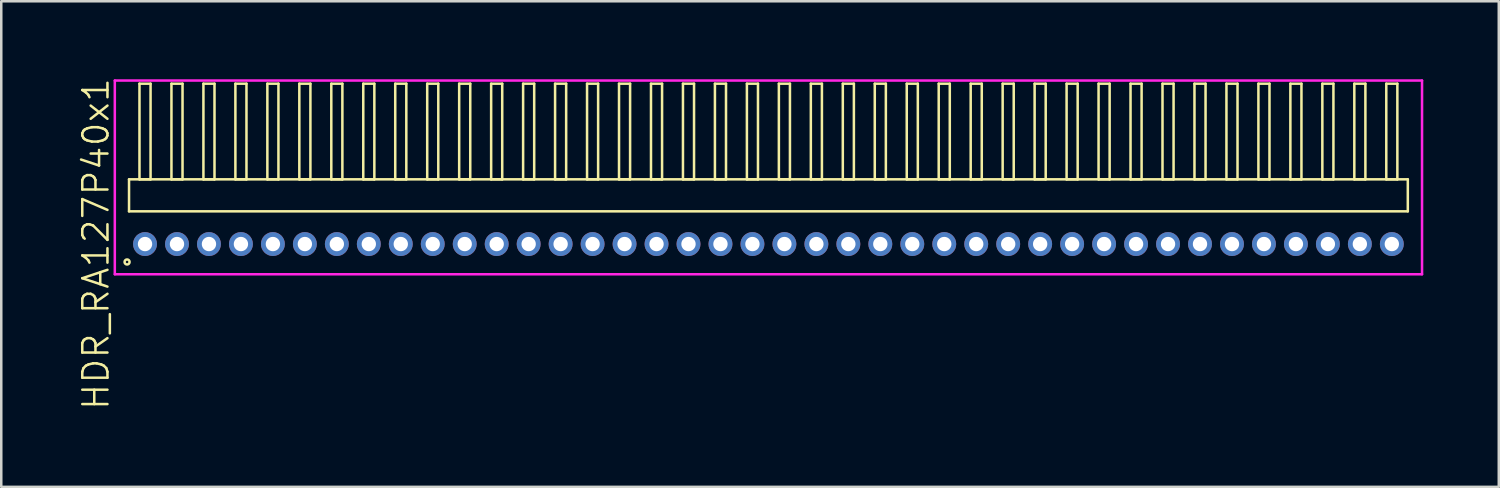
<source format=kicad_pcb>
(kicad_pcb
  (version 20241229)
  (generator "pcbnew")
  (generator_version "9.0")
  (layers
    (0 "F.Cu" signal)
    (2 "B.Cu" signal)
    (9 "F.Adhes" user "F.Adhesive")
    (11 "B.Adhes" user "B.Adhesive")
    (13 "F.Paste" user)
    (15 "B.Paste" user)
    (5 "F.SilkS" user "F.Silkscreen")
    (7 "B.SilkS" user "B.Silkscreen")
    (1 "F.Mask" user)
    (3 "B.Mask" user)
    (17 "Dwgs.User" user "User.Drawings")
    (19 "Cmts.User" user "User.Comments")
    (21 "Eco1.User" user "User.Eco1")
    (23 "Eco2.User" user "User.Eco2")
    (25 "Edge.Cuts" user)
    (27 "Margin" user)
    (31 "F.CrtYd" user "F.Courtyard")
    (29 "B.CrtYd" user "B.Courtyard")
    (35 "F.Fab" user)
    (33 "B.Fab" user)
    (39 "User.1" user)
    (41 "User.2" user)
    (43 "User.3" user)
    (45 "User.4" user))
  (footprint "HDR_RA127P40x1"
    (layer "F.Cu")
    (at 27.476 6.645)
    (property "Reference" "HDR_RA127P40x1" (at -26.715 0 90) (layer "F.SilkS") (effects (font (size 1 1) (thickness 0.1))))
    (attr through_hole)
    (fp_line (start -25.4 -2.57) (end -25.4 -1.3) (stroke (width 0.1) (type solid)) (layer "F.SilkS"))
    (fp_line (start -25.4 -1.3) (end 25.4 -1.3) (stroke (width 0.1) (type solid)) (layer "F.SilkS"))
    (fp_line (start -24.985 -6.37) (end -24.985 -2.57) (stroke (width 0.1) (type solid)) (layer "F.SilkS"))
    (fp_line (start -24.985 -2.57) (end -24.545 -2.57) (stroke (width 0.1) (type solid)) (layer "F.SilkS"))
    (fp_line (start -24.545 -6.37) (end -24.985 -6.37) (stroke (width 0.1) (type solid)) (layer "F.SilkS"))
    (fp_line (start -24.545 -2.57) (end -24.545 -6.37) (stroke (width 0.1) (type solid)) (layer "F.SilkS"))
    (fp_line (start -23.715 -6.37) (end -23.715 -2.57) (stroke (width 0.1) (type solid)) (layer "F.SilkS"))
    (fp_line (start -23.715 -2.57) (end -23.275 -2.57) (stroke (width 0.1) (type solid)) (layer "F.SilkS"))
    (fp_line (start -23.275 -6.37) (end -23.715 -6.37) (stroke (width 0.1) (type solid)) (layer "F.SilkS"))
    (fp_line (start -23.275 -2.57) (end -23.275 -6.37) (stroke (width 0.1) (type solid)) (layer "F.SilkS"))
    (fp_line (start -22.445 -6.37) (end -22.445 -2.57) (stroke (width 0.1) (type solid)) (layer "F.SilkS"))
    (fp_line (start -22.445 -2.57) (end -22.005 -2.57) (stroke (width 0.1) (type solid)) (layer "F.SilkS"))
    (fp_line (start -22.005 -6.37) (end -22.445 -6.37) (stroke (width 0.1) (type solid)) (layer "F.SilkS"))
    (fp_line (start -22.005 -2.57) (end -22.005 -6.37) (stroke (width 0.1) (type solid)) (layer "F.SilkS"))
    (fp_line (start -21.175 -6.37) (end -21.175 -2.57) (stroke (width 0.1) (type solid)) (layer "F.SilkS"))
    (fp_line (start -21.175 -2.57) (end -20.735 -2.57) (stroke (width 0.1) (type solid)) (layer "F.SilkS"))
    (fp_line (start -20.735 -6.37) (end -21.175 -6.37) (stroke (width 0.1) (type solid)) (layer "F.SilkS"))
    (fp_line (start -20.735 -2.57) (end -20.735 -6.37) (stroke (width 0.1) (type solid)) (layer "F.SilkS"))
    (fp_line (start -19.905 -6.37) (end -19.905 -2.57) (stroke (width 0.1) (type solid)) (layer "F.SilkS"))
    (fp_line (start -19.905 -2.57) (end -19.465 -2.57) (stroke (width 0.1) (type solid)) (layer "F.SilkS"))
    (fp_line (start -19.465 -6.37) (end -19.905 -6.37) (stroke (width 0.1) (type solid)) (layer "F.SilkS"))
    (fp_line (start -19.465 -2.57) (end -19.465 -6.37) (stroke (width 0.1) (type solid)) (layer "F.SilkS"))
    (fp_line (start -18.635 -6.37) (end -18.635 -2.57) (stroke (width 0.1) (type solid)) (layer "F.SilkS"))
    (fp_line (start -18.635 -2.57) (end -18.195 -2.57) (stroke (width 0.1) (type solid)) (layer "F.SilkS"))
    (fp_line (start -18.195 -6.37) (end -18.635 -6.37) (stroke (width 0.1) (type solid)) (layer "F.SilkS"))
    (fp_line (start -18.195 -2.57) (end -18.195 -6.37) (stroke (width 0.1) (type solid)) (layer "F.SilkS"))
    (fp_line (start -17.365 -6.37) (end -17.365 -2.57) (stroke (width 0.1) (type solid)) (layer "F.SilkS"))
    (fp_line (start -17.365 -2.57) (end -16.925 -2.57) (stroke (width 0.1) (type solid)) (layer "F.SilkS"))
    (fp_line (start -16.925 -6.37) (end -17.365 -6.37) (stroke (width 0.1) (type solid)) (layer "F.SilkS"))
    (fp_line (start -16.925 -2.57) (end -16.925 -6.37) (stroke (width 0.1) (type solid)) (layer "F.SilkS"))
    (fp_line (start -16.095 -6.37) (end -16.095 -2.57) (stroke (width 0.1) (type solid)) (layer "F.SilkS"))
    (fp_line (start -16.095 -2.57) (end -15.655 -2.57) (stroke (width 0.1) (type solid)) (layer "F.SilkS"))
    (fp_line (start -15.655 -6.37) (end -16.095 -6.37) (stroke (width 0.1) (type solid)) (layer "F.SilkS"))
    (fp_line (start -15.655 -2.57) (end -15.655 -6.37) (stroke (width 0.1) (type solid)) (layer "F.SilkS"))
    (fp_line (start -14.825 -6.37) (end -14.825 -2.57) (stroke (width 0.1) (type solid)) (layer "F.SilkS"))
    (fp_line (start -14.825 -2.57) (end -14.385 -2.57) (stroke (width 0.1) (type solid)) (layer "F.SilkS"))
    (fp_line (start -14.385 -6.37) (end -14.825 -6.37) (stroke (width 0.1) (type solid)) (layer "F.SilkS"))
    (fp_line (start -14.385 -2.57) (end -14.385 -6.37) (stroke (width 0.1) (type solid)) (layer "F.SilkS"))
    (fp_line (start -13.555 -6.37) (end -13.555 -2.57) (stroke (width 0.1) (type solid)) (layer "F.SilkS"))
    (fp_line (start -13.555 -2.57) (end -13.115 -2.57) (stroke (width 0.1) (type solid)) (layer "F.SilkS"))
    (fp_line (start -13.115 -6.37) (end -13.555 -6.37) (stroke (width 0.1) (type solid)) (layer "F.SilkS"))
    (fp_line (start -13.115 -2.57) (end -13.115 -6.37) (stroke (width 0.1) (type solid)) (layer "F.SilkS"))
    (fp_line (start -12.285 -6.37) (end -12.285 -2.57) (stroke (width 0.1) (type solid)) (layer "F.SilkS"))
    (fp_line (start -12.285 -2.57) (end -11.845 -2.57) (stroke (width 0.1) (type solid)) (layer "F.SilkS"))
    (fp_line (start -11.845 -6.37) (end -12.285 -6.37) (stroke (width 0.1) (type solid)) (layer "F.SilkS"))
    (fp_line (start -11.845 -2.57) (end -11.845 -6.37) (stroke (width 0.1) (type solid)) (layer "F.SilkS"))
    (fp_line (start -11.015 -6.37) (end -11.015 -2.57) (stroke (width 0.1) (type solid)) (layer "F.SilkS"))
    (fp_line (start -11.015 -2.57) (end -10.575 -2.57) (stroke (width 0.1) (type solid)) (layer "F.SilkS"))
    (fp_line (start -10.575 -6.37) (end -11.015 -6.37) (stroke (width 0.1) (type solid)) (layer "F.SilkS"))
    (fp_line (start -10.575 -2.57) (end -10.575 -6.37) (stroke (width 0.1) (type solid)) (layer "F.SilkS"))
    (fp_line (start -9.745 -6.37) (end -9.745 -2.57) (stroke (width 0.1) (type solid)) (layer "F.SilkS"))
    (fp_line (start -9.745 -2.57) (end -9.305 -2.57) (stroke (width 0.1) (type solid)) (layer "F.SilkS"))
    (fp_line (start -9.305 -6.37) (end -9.745 -6.37) (stroke (width 0.1) (type solid)) (layer "F.SilkS"))
    (fp_line (start -9.305 -2.57) (end -9.305 -6.37) (stroke (width 0.1) (type solid)) (layer "F.SilkS"))
    (fp_line (start -8.475 -6.37) (end -8.475 -2.57) (stroke (width 0.1) (type solid)) (layer "F.SilkS"))
    (fp_line (start -8.475 -2.57) (end -8.035 -2.57) (stroke (width 0.1) (type solid)) (layer "F.SilkS"))
    (fp_line (start -8.035 -6.37) (end -8.475 -6.37) (stroke (width 0.1) (type solid)) (layer "F.SilkS"))
    (fp_line (start -8.035 -2.57) (end -8.035 -6.37) (stroke (width 0.1) (type solid)) (layer "F.SilkS"))
    (fp_line (start -7.205 -6.37) (end -7.205 -2.57) (stroke (width 0.1) (type solid)) (layer "F.SilkS"))
    (fp_line (start -7.205 -2.57) (end -6.765 -2.57) (stroke (width 0.1) (type solid)) (layer "F.SilkS"))
    (fp_line (start -6.765 -6.37) (end -7.205 -6.37) (stroke (width 0.1) (type solid)) (layer "F.SilkS"))
    (fp_line (start -6.765 -2.57) (end -6.765 -6.37) (stroke (width 0.1) (type solid)) (layer "F.SilkS"))
    (fp_line (start -5.935 -6.37) (end -5.935 -2.57) (stroke (width 0.1) (type solid)) (layer "F.SilkS"))
    (fp_line (start -5.935 -2.57) (end -5.495 -2.57) (stroke (width 0.1) (type solid)) (layer "F.SilkS"))
    (fp_line (start -5.495 -6.37) (end -5.935 -6.37) (stroke (width 0.1) (type solid)) (layer "F.SilkS"))
    (fp_line (start -5.495 -2.57) (end -5.495 -6.37) (stroke (width 0.1) (type solid)) (layer "F.SilkS"))
    (fp_line (start -4.665 -6.37) (end -4.665 -2.57) (stroke (width 0.1) (type solid)) (layer "F.SilkS"))
    (fp_line (start -4.665 -2.57) (end -4.225 -2.57) (stroke (width 0.1) (type solid)) (layer "F.SilkS"))
    (fp_line (start -4.225 -6.37) (end -4.665 -6.37) (stroke (width 0.1) (type solid)) (layer "F.SilkS"))
    (fp_line (start -4.225 -2.57) (end -4.225 -6.37) (stroke (width 0.1) (type solid)) (layer "F.SilkS"))
    (fp_line (start -3.395 -6.37) (end -3.395 -2.57) (stroke (width 0.1) (type solid)) (layer "F.SilkS"))
    (fp_line (start -3.395 -2.57) (end -2.955 -2.57) (stroke (width 0.1) (type solid)) (layer "F.SilkS"))
    (fp_line (start -2.955 -6.37) (end -3.395 -6.37) (stroke (width 0.1) (type solid)) (layer "F.SilkS"))
    (fp_line (start -2.955 -2.57) (end -2.955 -6.37) (stroke (width 0.1) (type solid)) (layer "F.SilkS"))
    (fp_line (start -2.125 -6.37) (end -2.125 -2.57) (stroke (width 0.1) (type solid)) (layer "F.SilkS"))
    (fp_line (start -2.125 -2.57) (end -1.685 -2.57) (stroke (width 0.1) (type solid)) (layer "F.SilkS"))
    (fp_line (start -1.685 -6.37) (end -2.125 -6.37) (stroke (width 0.1) (type solid)) (layer "F.SilkS"))
    (fp_line (start -1.685 -2.57) (end -1.685 -6.37) (stroke (width 0.1) (type solid)) (layer "F.SilkS"))
    (fp_line (start -0.855 -6.37) (end -0.855 -2.57) (stroke (width 0.1) (type solid)) (layer "F.SilkS"))
    (fp_line (start -0.855 -2.57) (end -0.415 -2.57) (stroke (width 0.1) (type solid)) (layer "F.SilkS"))
    (fp_line (start -0.415 -6.37) (end -0.855 -6.37) (stroke (width 0.1) (type solid)) (layer "F.SilkS"))
    (fp_line (start -0.415 -2.57) (end -0.415 -6.37) (stroke (width 0.1) (type solid)) (layer "F.SilkS"))
    (fp_line (start 0.415 -6.37) (end 0.415 -2.57) (stroke (width 0.1) (type solid)) (layer "F.SilkS"))
    (fp_line (start 0.415 -2.57) (end 0.855 -2.57) (stroke (width 0.1) (type solid)) (layer "F.SilkS"))
    (fp_line (start 0.855 -6.37) (end 0.415 -6.37) (stroke (width 0.1) (type solid)) (layer "F.SilkS"))
    (fp_line (start 0.855 -2.57) (end 0.855 -6.37) (stroke (width 0.1) (type solid)) (layer "F.SilkS"))
    (fp_line (start 1.685 -6.37) (end 1.685 -2.57) (stroke (width 0.1) (type solid)) (layer "F.SilkS"))
    (fp_line (start 1.685 -2.57) (end 2.125 -2.57) (stroke (width 0.1) (type solid)) (layer "F.SilkS"))
    (fp_line (start 2.125 -6.37) (end 1.685 -6.37) (stroke (width 0.1) (type solid)) (layer "F.SilkS"))
    (fp_line (start 2.125 -2.57) (end 2.125 -6.37) (stroke (width 0.1) (type solid)) (layer "F.SilkS"))
    (fp_line (start 2.955 -6.37) (end 2.955 -2.57) (stroke (width 0.1) (type solid)) (layer "F.SilkS"))
    (fp_line (start 2.955 -2.57) (end 3.395 -2.57) (stroke (width 0.1) (type solid)) (layer "F.SilkS"))
    (fp_line (start 3.395 -6.37) (end 2.955 -6.37) (stroke (width 0.1) (type solid)) (layer "F.SilkS"))
    (fp_line (start 3.395 -2.57) (end 3.395 -6.37) (stroke (width 0.1) (type solid)) (layer "F.SilkS"))
    (fp_line (start 4.225 -6.37) (end 4.225 -2.57) (stroke (width 0.1) (type solid)) (layer "F.SilkS"))
    (fp_line (start 4.225 -2.57) (end 4.665 -2.57) (stroke (width 0.1) (type solid)) (layer "F.SilkS"))
    (fp_line (start 4.665 -6.37) (end 4.225 -6.37) (stroke (width 0.1) (type solid)) (layer "F.SilkS"))
    (fp_line (start 4.665 -2.57) (end 4.665 -6.37) (stroke (width 0.1) (type solid)) (layer "F.SilkS"))
    (fp_line (start 5.495 -6.37) (end 5.495 -2.57) (stroke (width 0.1) (type solid)) (layer "F.SilkS"))
    (fp_line (start 5.495 -2.57) (end 5.935 -2.57) (stroke (width 0.1) (type solid)) (layer "F.SilkS"))
    (fp_line (start 5.935 -6.37) (end 5.495 -6.37) (stroke (width 0.1) (type solid)) (layer "F.SilkS"))
    (fp_line (start 5.935 -2.57) (end 5.935 -6.37) (stroke (width 0.1) (type solid)) (layer "F.SilkS"))
    (fp_line (start 6.765 -6.37) (end 6.765 -2.57) (stroke (width 0.1) (type solid)) (layer "F.SilkS"))
    (fp_line (start 6.765 -2.57) (end 7.205 -2.57) (stroke (width 0.1) (type solid)) (layer "F.SilkS"))
    (fp_line (start 7.205 -6.37) (end 6.765 -6.37) (stroke (width 0.1) (type solid)) (layer "F.SilkS"))
    (fp_line (start 7.205 -2.57) (end 7.205 -6.37) (stroke (width 0.1) (type solid)) (layer "F.SilkS"))
    (fp_line (start 8.035 -6.37) (end 8.035 -2.57) (stroke (width 0.1) (type solid)) (layer "F.SilkS"))
    (fp_line (start 8.035 -2.57) (end 8.475 -2.57) (stroke (width 0.1) (type solid)) (layer "F.SilkS"))
    (fp_line (start 8.475 -6.37) (end 8.035 -6.37) (stroke (width 0.1) (type solid)) (layer "F.SilkS"))
    (fp_line (start 8.475 -2.57) (end 8.475 -6.37) (stroke (width 0.1) (type solid)) (layer "F.SilkS"))
    (fp_line (start 9.305 -6.37) (end 9.305 -2.57) (stroke (width 0.1) (type solid)) (layer "F.SilkS"))
    (fp_line (start 9.305 -2.57) (end 9.745 -2.57) (stroke (width 0.1) (type solid)) (layer "F.SilkS"))
    (fp_line (start 9.745 -6.37) (end 9.305 -6.37) (stroke (width 0.1) (type solid)) (layer "F.SilkS"))
    (fp_line (start 9.745 -2.57) (end 9.745 -6.37) (stroke (width 0.1) (type solid)) (layer "F.SilkS"))
    (fp_line (start 10.575 -6.37) (end 10.575 -2.57) (stroke (width 0.1) (type solid)) (layer "F.SilkS"))
    (fp_line (start 10.575 -2.57) (end 11.015 -2.57) (stroke (width 0.1) (type solid)) (layer "F.SilkS"))
    (fp_line (start 11.015 -6.37) (end 10.575 -6.37) (stroke (width 0.1) (type solid)) (layer "F.SilkS"))
    (fp_line (start 11.015 -2.57) (end 11.015 -6.37) (stroke (width 0.1) (type solid)) (layer "F.SilkS"))
    (fp_line (start 11.845 -6.37) (end 11.845 -2.57) (stroke (width 0.1) (type solid)) (layer "F.SilkS"))
    (fp_line (start 11.845 -2.57) (end 12.285 -2.57) (stroke (width 0.1) (type solid)) (layer "F.SilkS"))
    (fp_line (start 12.285 -6.37) (end 11.845 -6.37) (stroke (width 0.1) (type solid)) (layer "F.SilkS"))
    (fp_line (start 12.285 -2.57) (end 12.285 -6.37) (stroke (width 0.1) (type solid)) (layer "F.SilkS"))
    (fp_line (start 13.115 -6.37) (end 13.115 -2.57) (stroke (width 0.1) (type solid)) (layer "F.SilkS"))
    (fp_line (start 13.115 -2.57) (end 13.555 -2.57) (stroke (width 0.1) (type solid)) (layer "F.SilkS"))
    (fp_line (start 13.555 -6.37) (end 13.115 -6.37) (stroke (width 0.1) (type solid)) (layer "F.SilkS"))
    (fp_line (start 13.555 -2.57) (end 13.555 -6.37) (stroke (width 0.1) (type solid)) (layer "F.SilkS"))
    (fp_line (start 14.385 -6.37) (end 14.385 -2.57) (stroke (width 0.1) (type solid)) (layer "F.SilkS"))
    (fp_line (start 14.385 -2.57) (end 14.825 -2.57) (stroke (width 0.1) (type solid)) (layer "F.SilkS"))
    (fp_line (start 14.825 -6.37) (end 14.385 -6.37) (stroke (width 0.1) (type solid)) (layer "F.SilkS"))
    (fp_line (start 14.825 -2.57) (end 14.825 -6.37) (stroke (width 0.1) (type solid)) (layer "F.SilkS"))
    (fp_line (start 15.655 -6.37) (end 15.655 -2.57) (stroke (width 0.1) (type solid)) (layer "F.SilkS"))
    (fp_line (start 15.655 -2.57) (end 16.095 -2.57) (stroke (width 0.1) (type solid)) (layer "F.SilkS"))
    (fp_line (start 16.095 -6.37) (end 15.655 -6.37) (stroke (width 0.1) (type solid)) (layer "F.SilkS"))
    (fp_line (start 16.095 -2.57) (end 16.095 -6.37) (stroke (width 0.1) (type solid)) (layer "F.SilkS"))
    (fp_line (start 16.925 -6.37) (end 16.925 -2.57) (stroke (width 0.1) (type solid)) (layer "F.SilkS"))
    (fp_line (start 16.925 -2.57) (end 17.365 -2.57) (stroke (width 0.1) (type solid)) (layer "F.SilkS"))
    (fp_line (start 17.365 -6.37) (end 16.925 -6.37) (stroke (width 0.1) (type solid)) (layer "F.SilkS"))
    (fp_line (start 17.365 -2.57) (end 17.365 -6.37) (stroke (width 0.1) (type solid)) (layer "F.SilkS"))
    (fp_line (start 18.195 -6.37) (end 18.195 -2.57) (stroke (width 0.1) (type solid)) (layer "F.SilkS"))
    (fp_line (start 18.195 -2.57) (end 18.635 -2.57) (stroke (width 0.1) (type solid)) (layer "F.SilkS"))
    (fp_line (start 18.635 -6.37) (end 18.195 -6.37) (stroke (width 0.1) (type solid)) (layer "F.SilkS"))
    (fp_line (start 18.635 -2.57) (end 18.635 -6.37) (stroke (width 0.1) (type solid)) (layer "F.SilkS"))
    (fp_line (start 19.465 -6.37) (end 19.465 -2.57) (stroke (width 0.1) (type solid)) (layer "F.SilkS"))
    (fp_line (start 19.465 -2.57) (end 19.905 -2.57) (stroke (width 0.1) (type solid)) (layer "F.SilkS"))
    (fp_line (start 19.905 -6.37) (end 19.465 -6.37) (stroke (width 0.1) (type solid)) (layer "F.SilkS"))
    (fp_line (start 19.905 -2.57) (end 19.905 -6.37) (stroke (width 0.1) (type solid)) (layer "F.SilkS"))
    (fp_line (start 20.735 -6.37) (end 20.735 -2.57) (stroke (width 0.1) (type solid)) (layer "F.SilkS"))
    (fp_line (start 20.735 -2.57) (end 21.175 -2.57) (stroke (width 0.1) (type solid)) (layer "F.SilkS"))
    (fp_line (start 21.175 -6.37) (end 20.735 -6.37) (stroke (width 0.1) (type solid)) (layer "F.SilkS"))
    (fp_line (start 21.175 -2.57) (end 21.175 -6.37) (stroke (width 0.1) (type solid)) (layer "F.SilkS"))
    (fp_line (start 22.005 -6.37) (end 22.005 -2.57) (stroke (width 0.1) (type solid)) (layer "F.SilkS"))
    (fp_line (start 22.005 -2.57) (end 22.445 -2.57) (stroke (width 0.1) (type solid)) (layer "F.SilkS"))
    (fp_line (start 22.445 -6.37) (end 22.005 -6.37) (stroke (width 0.1) (type solid)) (layer "F.SilkS"))
    (fp_line (start 22.445 -2.57) (end 22.445 -6.37) (stroke (width 0.1) (type solid)) (layer "F.SilkS"))
    (fp_line (start 23.275 -6.37) (end 23.275 -2.57) (stroke (width 0.1) (type solid)) (layer "F.SilkS"))
    (fp_line (start 23.275 -2.57) (end 23.715 -2.57) (stroke (width 0.1) (type solid)) (layer "F.SilkS"))
    (fp_line (start 23.715 -6.37) (end 23.275 -6.37) (stroke (width 0.1) (type solid)) (layer "F.SilkS"))
    (fp_line (start 23.715 -2.57) (end 23.715 -6.37) (stroke (width 0.1) (type solid)) (layer "F.SilkS"))
    (fp_line (start 24.545 -6.37) (end 24.545 -2.57) (stroke (width 0.1) (type solid)) (layer "F.SilkS"))
    (fp_line (start 24.545 -2.57) (end 24.985 -2.57) (stroke (width 0.1) (type solid)) (layer "F.SilkS"))
    (fp_line (start 24.985 -6.37) (end 24.545 -6.37) (stroke (width 0.1) (type solid)) (layer "F.SilkS"))
    (fp_line (start 24.985 -2.57) (end 24.985 -6.37) (stroke (width 0.1) (type solid)) (layer "F.SilkS"))
    (fp_line (start 25.4 -2.57) (end -25.4 -2.57) (stroke (width 0.1) (type solid)) (layer "F.SilkS"))
    (fp_line (start 25.4 -1.3) (end 25.4 -2.57) (stroke (width 0.1) (type solid)) (layer "F.SilkS"))
    (fp_circle (center -25.478 0.712) (end -25.378 0.712) (stroke (width 0.1) (type solid)) (fill no) (layer "F.SilkS"))
    (fp_line (start -25.965 -6.495) (end -25.965 1.2) (stroke (width 0.1) (type solid)) (layer "F.CrtYd"))
    (fp_line (start -25.965 1.2) (end 25.965 1.2) (stroke (width 0.1) (type solid)) (layer "F.CrtYd"))
    (fp_line (start 25.965 -6.495) (end -25.965 -6.495) (stroke (width 0.1) (type solid)) (layer "F.CrtYd"))
    (fp_line (start 25.965 1.2) (end 25.965 -6.495) (stroke (width 0.1) (type solid)) (layer "F.CrtYd"))
    (pad "1" thru_hole oval (at -24.765 0) (size 0.95 0.95) (drill 0.57) (layers "*.Cu" "*.Mask"))
    (pad "2" thru_hole oval (at -23.495 0) (size 0.95 0.95) (drill 0.57) (layers "*.Cu" "*.Mask"))
    (pad "3" thru_hole oval (at -22.225 0) (size 0.95 0.95) (drill 0.57) (layers "*.Cu" "*.Mask"))
    (pad "4" thru_hole oval (at -20.955 0) (size 0.95 0.95) (drill 0.57) (layers "*.Cu" "*.Mask"))
    (pad "5" thru_hole oval (at -19.685 0) (size 0.95 0.95) (drill 0.57) (layers "*.Cu" "*.Mask"))
    (pad "6" thru_hole oval (at -18.415 0) (size 0.95 0.95) (drill 0.57) (layers "*.Cu" "*.Mask"))
    (pad "7" thru_hole oval (at -17.145 0) (size 0.95 0.95) (drill 0.57) (layers "*.Cu" "*.Mask"))
    (pad "8" thru_hole oval (at -15.875 0) (size 0.95 0.95) (drill 0.57) (layers "*.Cu" "*.Mask"))
    (pad "9" thru_hole oval (at -14.605 0) (size 0.95 0.95) (drill 0.57) (layers "*.Cu" "*.Mask"))
    (pad "10" thru_hole oval (at -13.335 0) (size 0.95 0.95) (drill 0.57) (layers "*.Cu" "*.Mask"))
    (pad "11" thru_hole oval (at -12.065 0) (size 0.95 0.95) (drill 0.57) (layers "*.Cu" "*.Mask"))
    (pad "12" thru_hole oval (at -10.795 0) (size 0.95 0.95) (drill 0.57) (layers "*.Cu" "*.Mask"))
    (pad "13" thru_hole oval (at -9.525 0) (size 0.95 0.95) (drill 0.57) (layers "*.Cu" "*.Mask"))
    (pad "14" thru_hole oval (at -8.255 0) (size 0.95 0.95) (drill 0.57) (layers "*.Cu" "*.Mask"))
    (pad "15" thru_hole oval (at -6.985 0) (size 0.95 0.95) (drill 0.57) (layers "*.Cu" "*.Mask"))
    (pad "16" thru_hole oval (at -5.715 0) (size 0.95 0.95) (drill 0.57) (layers "*.Cu" "*.Mask"))
    (pad "17" thru_hole oval (at -4.445 0) (size 0.95 0.95) (drill 0.57) (layers "*.Cu" "*.Mask"))
    (pad "18" thru_hole oval (at -3.175 0) (size 0.95 0.95) (drill 0.57) (layers "*.Cu" "*.Mask"))
    (pad "19" thru_hole oval (at -1.905 0) (size 0.95 0.95) (drill 0.57) (layers "*.Cu" "*.Mask"))
    (pad "20" thru_hole oval (at -0.635 0) (size 0.95 0.95) (drill 0.57) (layers "*.Cu" "*.Mask"))
    (pad "21" thru_hole oval (at 0.635 0) (size 0.95 0.95) (drill 0.57) (layers "*.Cu" "*.Mask"))
    (pad "22" thru_hole oval (at 1.905 0) (size 0.95 0.95) (drill 0.57) (layers "*.Cu" "*.Mask"))
    (pad "23" thru_hole oval (at 3.175 0) (size 0.95 0.95) (drill 0.57) (layers "*.Cu" "*.Mask"))
    (pad "24" thru_hole oval (at 4.445 0) (size 0.95 0.95) (drill 0.57) (layers "*.Cu" "*.Mask"))
    (pad "25" thru_hole oval (at 5.715 0) (size 0.95 0.95) (drill 0.57) (layers "*.Cu" "*.Mask"))
    (pad "26" thru_hole oval (at 6.985 0) (size 0.95 0.95) (drill 0.57) (layers "*.Cu" "*.Mask"))
    (pad "27" thru_hole oval (at 8.255 0) (size 0.95 0.95) (drill 0.57) (layers "*.Cu" "*.Mask"))
    (pad "28" thru_hole oval (at 9.525 0) (size 0.95 0.95) (drill 0.57) (layers "*.Cu" "*.Mask"))
    (pad "29" thru_hole oval (at 10.795 0) (size 0.95 0.95) (drill 0.57) (layers "*.Cu" "*.Mask"))
    (pad "30" thru_hole oval (at 12.065 0) (size 0.95 0.95) (drill 0.57) (layers "*.Cu" "*.Mask"))
    (pad "31" thru_hole oval (at 13.335 0) (size 0.95 0.95) (drill 0.57) (layers "*.Cu" "*.Mask"))
    (pad "32" thru_hole oval (at 14.605 0) (size 0.95 0.95) (drill 0.57) (layers "*.Cu" "*.Mask"))
    (pad "33" thru_hole oval (at 15.875 0) (size 0.95 0.95) (drill 0.57) (layers "*.Cu" "*.Mask"))
    (pad "34" thru_hole oval (at 17.145 0) (size 0.95 0.95) (drill 0.57) (layers "*.Cu" "*.Mask"))
    (pad "35" thru_hole oval (at 18.415 0) (size 0.95 0.95) (drill 0.57) (layers "*.Cu" "*.Mask"))
    (pad "36" thru_hole oval (at 19.685 0) (size 0.95 0.95) (drill 0.57) (layers "*.Cu" "*.Mask"))
    (pad "37" thru_hole oval (at 20.955 0) (size 0.95 0.95) (drill 0.57) (layers "*.Cu" "*.Mask"))
    (pad "38" thru_hole oval (at 22.225 0) (size 0.95 0.95) (drill 0.57) (layers "*.Cu" "*.Mask"))
    (pad "39" thru_hole oval (at 23.495 0) (size 0.95 0.95) (drill 0.57) (layers "*.Cu" "*.Mask"))
    (pad "40" thru_hole oval (at 24.765 0) (size 0.95 0.95) (drill 0.57) (layers "*.Cu" "*.Mask")))
  (gr_rect
    (start -3 -3)
    (end 56.49 16.29)
    (stroke (width 0.1) (type default))
    (fill no)
    (layer "Edge.Cuts")))
</source>
